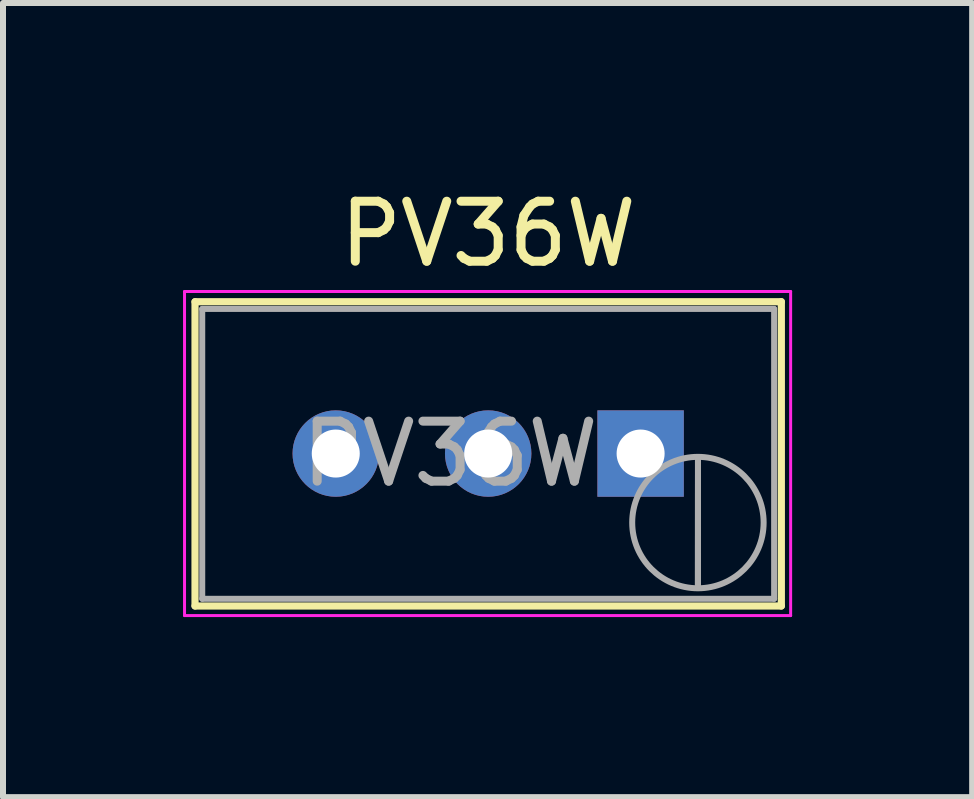
<source format=kicad_pcb>
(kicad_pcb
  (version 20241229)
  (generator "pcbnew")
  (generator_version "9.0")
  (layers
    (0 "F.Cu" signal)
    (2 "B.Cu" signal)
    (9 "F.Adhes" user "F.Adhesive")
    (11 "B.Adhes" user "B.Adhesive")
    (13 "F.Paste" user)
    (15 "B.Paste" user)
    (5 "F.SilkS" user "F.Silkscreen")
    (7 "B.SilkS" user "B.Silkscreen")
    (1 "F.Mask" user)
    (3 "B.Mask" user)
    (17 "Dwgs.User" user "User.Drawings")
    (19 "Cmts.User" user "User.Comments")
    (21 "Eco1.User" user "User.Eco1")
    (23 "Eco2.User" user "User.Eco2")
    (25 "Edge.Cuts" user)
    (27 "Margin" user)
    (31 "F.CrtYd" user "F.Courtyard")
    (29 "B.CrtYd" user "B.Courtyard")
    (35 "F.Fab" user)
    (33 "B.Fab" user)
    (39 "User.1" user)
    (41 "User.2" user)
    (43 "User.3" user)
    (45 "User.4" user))
  (footprint "PV36W"
    (layer "F.Cu")
    (at 7.625 4.508)
    (property "Reference" "PV36W" (at -2.54 -3.66 0) (layer "F.SilkS") (effects (font (size 1 1) (thickness 0.15))))
    (attr through_hole)
    (fp_line (start -7.425 -2.53) (end -7.425 2.54) (stroke (width 0.12) (type solid)) (layer "F.SilkS"))
    (fp_line (start -7.425 -2.53) (end 2.345 -2.53) (stroke (width 0.12) (type solid)) (layer "F.SilkS"))
    (fp_line (start -7.425 2.54) (end 2.345 2.54) (stroke (width 0.12) (type solid)) (layer "F.SilkS"))
    (fp_line (start 2.345 -2.53) (end 2.345 2.54) (stroke (width 0.12) (type solid)) (layer "F.SilkS"))
    (fp_line (start -7.6 -2.7) (end -7.6 2.7) (stroke (width 0.05) (type solid)) (layer "F.CrtYd"))
    (fp_line (start -7.6 2.7) (end 2.5 2.7) (stroke (width 0.05) (type solid)) (layer "F.CrtYd"))
    (fp_line (start 2.5 -2.7) (end -7.6 -2.7) (stroke (width 0.05) (type solid)) (layer "F.CrtYd"))
    (fp_line (start 2.5 2.7) (end 2.5 -2.7) (stroke (width 0.05) (type solid)) (layer "F.CrtYd"))
    (fp_line (start -7.305 -2.41) (end -7.305 2.42) (stroke (width 0.1) (type solid)) (layer "F.Fab"))
    (fp_line (start -7.305 2.42) (end 2.225 2.42) (stroke (width 0.1) (type solid)) (layer "F.Fab"))
    (fp_line (start 0.955 2.235) (end 0.956 0.066) (stroke (width 0.1) (type solid)) (layer "F.Fab"))
    (fp_line (start 0.955 2.235) (end 0.956 0.066) (stroke (width 0.1) (type solid)) (layer "F.Fab"))
    (fp_line (start 2.225 -2.41) (end -7.305 -2.41) (stroke (width 0.1) (type solid)) (layer "F.Fab"))
    (fp_line (start 2.225 2.42) (end 2.225 -2.41) (stroke (width 0.1) (type solid)) (layer "F.Fab"))
    (fp_circle (center 0.955 1.15) (end 2.05 1.15) (stroke (width 0.1) (type solid)) (fill no) (layer "F.Fab"))
    (fp_text user "${REFERENCE}" (at -3.175 0.005 0) (layer "F.Fab") (effects (font (size 1 1) (thickness 0.15))))
    (pad "1" thru_hole rect (at 0 0) (size 1.44 1.44) (drill 0.8) (layers "*.Cu" "*.Mask"))
    (pad "2" thru_hole circle (at -2.54 0) (size 1.44 1.44) (drill 0.8) (layers "*.Cu" "*.Mask"))
    (pad "3" thru_hole circle (at -5.08 0) (size 1.44 1.44) (drill 0.8) (layers "*.Cu" "*.Mask")))
  (gr_rect
    (start -3 -3)
    (end 13.15 10.233)
    (stroke (width 0.1) (type default))
    (fill no)
    (layer "Edge.Cuts")))
</source>
